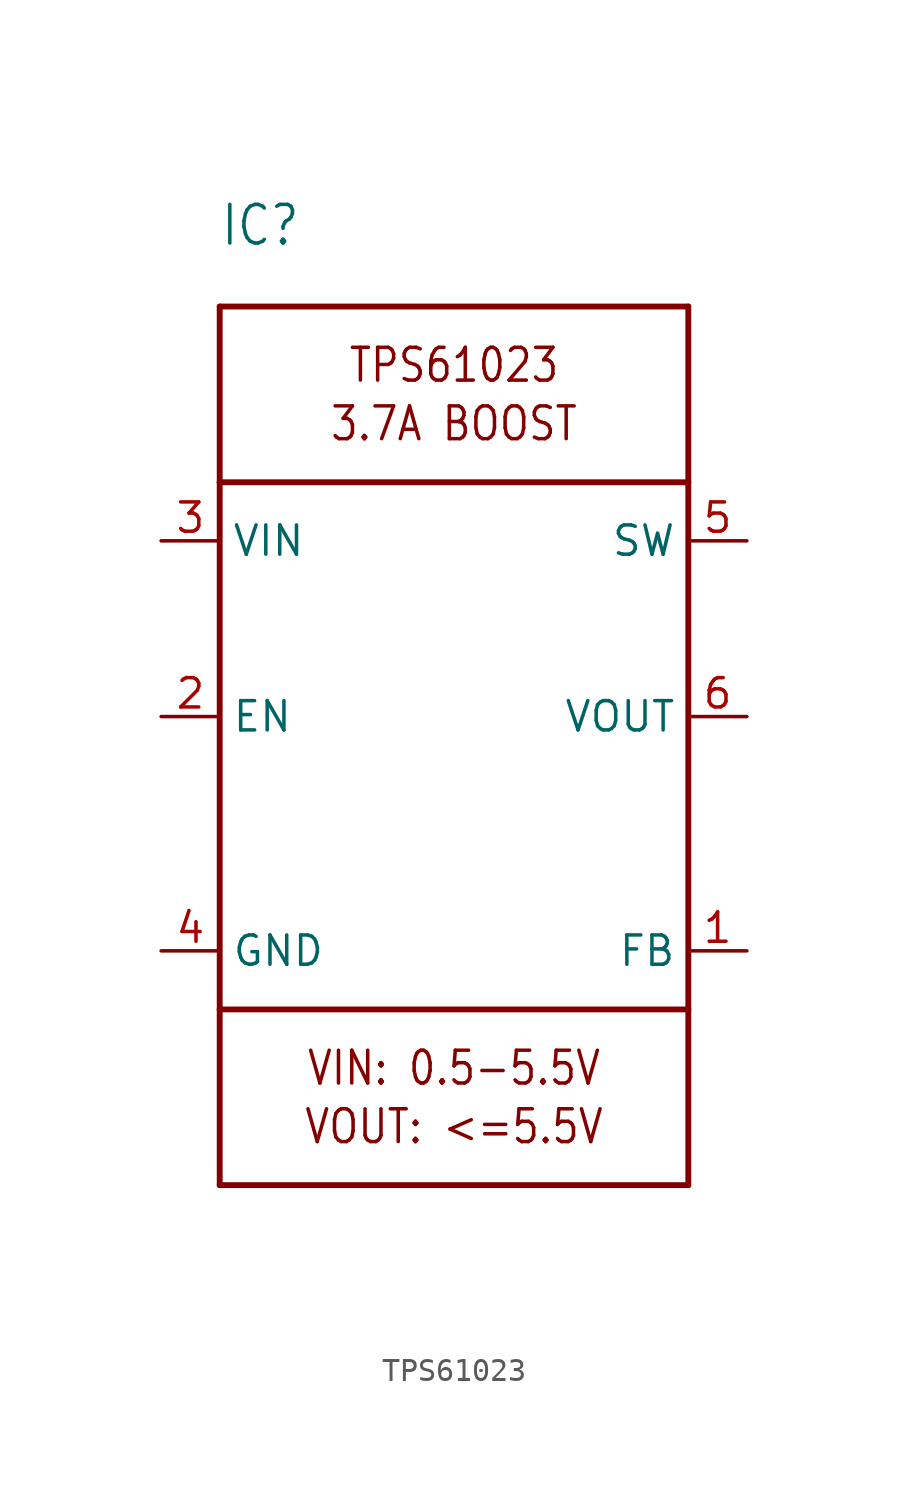
<source format=kicad_sym>
(kicad_symbol_lib
  (version 20231120)
  (generator "kicad_symbol_editor")
  (generator_version "8.0")
  (symbol "TPS61023"
    (property "Reference" "IC"
      (at -10.16 22.86 0)
      (effects (font (size 1.676 1.425)) (justify left bottom)))
    (property "Value" ""
      (at -10.16 -20.32 0)
      (effects (font (size 1.676 1.425)) (justify left bottom)))
    (property "ki_locked" ""
      (at 0 0 0)
      (effects (font (size 1.27 1.27))))
    (symbol "TPS61023_1_0"
      (polyline (pts (xy -10.16 -17.78) (xy 10.16 -17.78)) (stroke (width 0.254) (type solid)) (fill (type none)))
      (polyline (pts (xy -10.16 -10.16) (xy -10.16 -17.78)) (stroke (width 0.254) (type solid)) (fill (type none)))
      (polyline (pts (xy -10.16 -10.16) (xy -10.16 12.7)) (stroke (width 0.254) (type solid)) (fill (type none)))
      (polyline (pts (xy -10.16 12.7) (xy -10.16 20.32)) (stroke (width 0.254) (type solid)) (fill (type none)))
      (polyline (pts (xy -10.16 12.7) (xy 10.16 12.7)) (stroke (width 0.254) (type solid)) (fill (type none)))
      (polyline (pts (xy -10.16 20.32) (xy 10.16 20.32)) (stroke (width 0.254) (type solid)) (fill (type none)))
      (polyline (pts (xy 10.16 -17.78) (xy 10.16 -10.16)) (stroke (width 0.254) (type solid)) (fill (type none)))
      (polyline (pts (xy 10.16 -10.16) (xy -10.16 -10.16)) (stroke (width 0.254) (type solid)) (fill (type none)))
      (polyline (pts (xy 10.16 12.7) (xy 10.16 -10.16)) (stroke (width 0.254) (type solid)) (fill (type none)))
      (polyline (pts (xy 10.16 20.32) (xy 10.16 12.7)) (stroke (width 0.254) (type solid)) (fill (type none)))
      (text "3.7A BOOST" (at 0 15.24 0) (effects (font (size 1.422 1.209))))
      (text "TPS61023" (at 0 17.78 0) (effects (font (size 1.422 1.209))))
      (text "VIN: 0.5-5.5V" (at 0 -12.7 0) (effects (font (size 1.422 1.209))))
      (text "VOUT: <=5.5V" (at 0 -15.24 0) (effects (font (size 1.422 1.209))))
      (pin input line (at 12.7 -7.62 180) (length 2.54) (name "FB" (effects (font (size 1.27 1.27)))) (number "1" (effects (font (size 1.27 1.27)))))
      (pin input line (at -12.7 2.54 0) (length 2.54) (name "EN" (effects (font (size 1.27 1.27)))) (number "2" (effects (font (size 1.27 1.27)))))
      (pin power_in line (at -12.7 10.16 0) (length 2.54) (name "VIN" (effects (font (size 1.27 1.27)))) (number "3" (effects (font (size 1.27 1.27)))))
      (pin power_in line (at -12.7 -7.62 0) (length 2.54) (name "GND" (effects (font (size 1.27 1.27)))) (number "4" (effects (font (size 1.27 1.27)))))
      (pin input line (at 12.7 10.16 180) (length 2.54) (name "SW" (effects (font (size 1.27 1.27)))) (number "5" (effects (font (size 1.27 1.27)))))
      (pin power_in line (at 12.7 2.54 180) (length 2.54) (name "VOUT" (effects (font (size 1.27 1.27)))) (number "6" (effects (font (size 1.27 1.27))))))))
</source>
